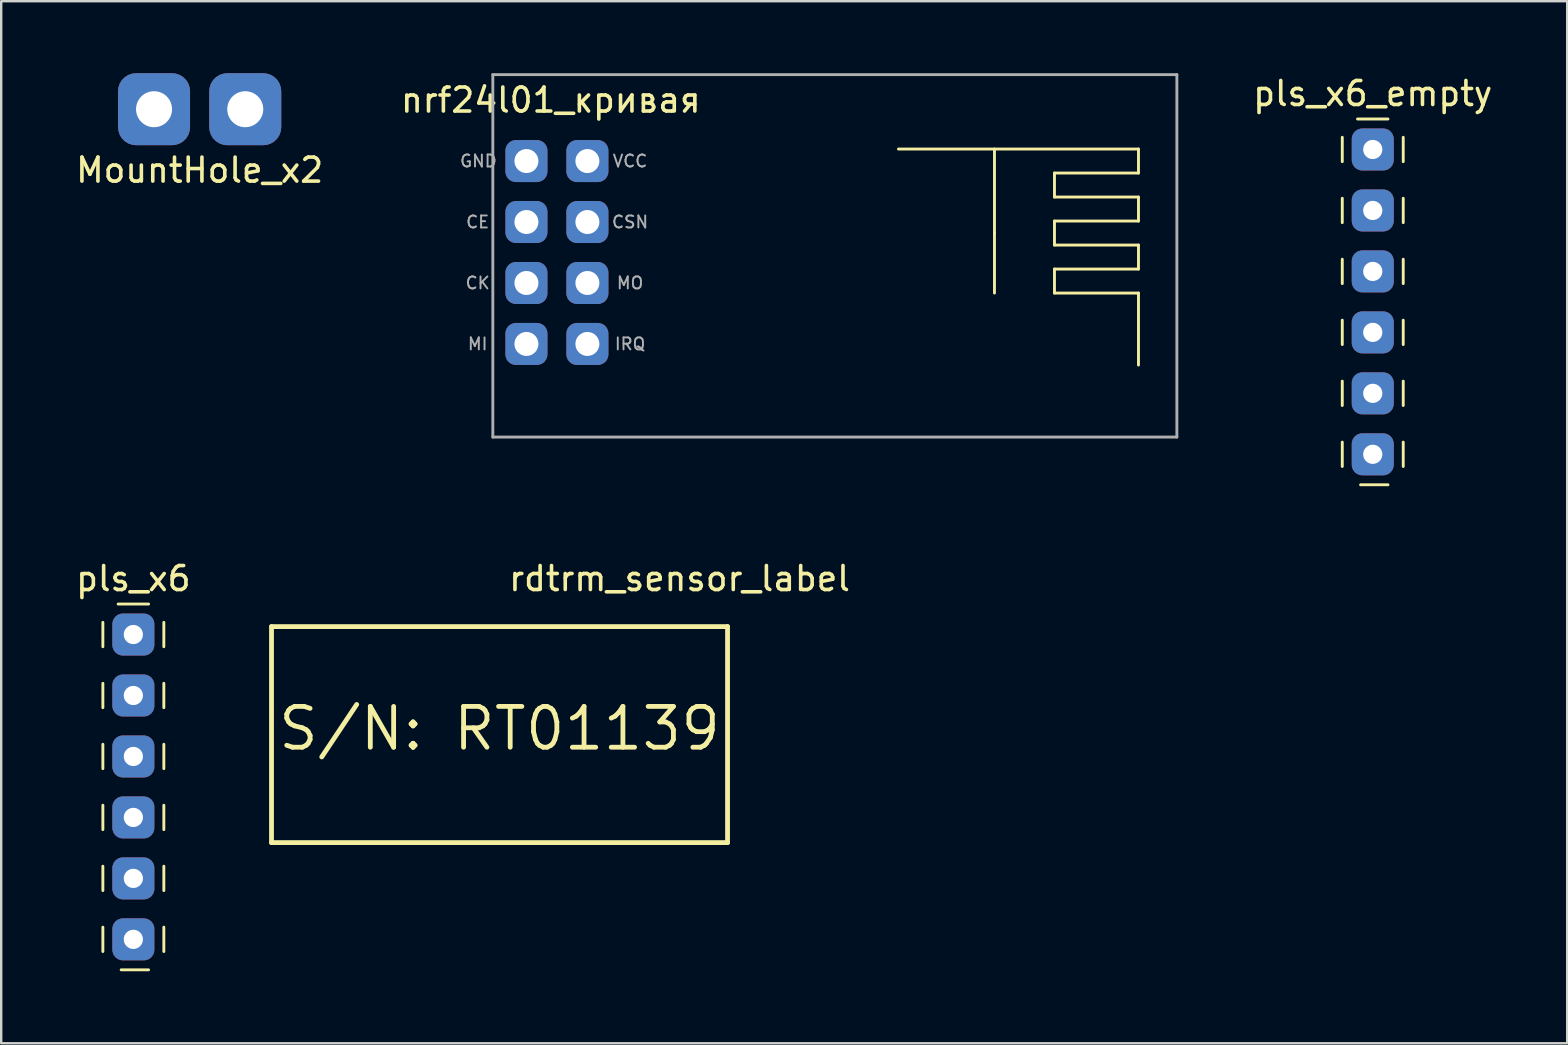
<source format=kicad_pcb>
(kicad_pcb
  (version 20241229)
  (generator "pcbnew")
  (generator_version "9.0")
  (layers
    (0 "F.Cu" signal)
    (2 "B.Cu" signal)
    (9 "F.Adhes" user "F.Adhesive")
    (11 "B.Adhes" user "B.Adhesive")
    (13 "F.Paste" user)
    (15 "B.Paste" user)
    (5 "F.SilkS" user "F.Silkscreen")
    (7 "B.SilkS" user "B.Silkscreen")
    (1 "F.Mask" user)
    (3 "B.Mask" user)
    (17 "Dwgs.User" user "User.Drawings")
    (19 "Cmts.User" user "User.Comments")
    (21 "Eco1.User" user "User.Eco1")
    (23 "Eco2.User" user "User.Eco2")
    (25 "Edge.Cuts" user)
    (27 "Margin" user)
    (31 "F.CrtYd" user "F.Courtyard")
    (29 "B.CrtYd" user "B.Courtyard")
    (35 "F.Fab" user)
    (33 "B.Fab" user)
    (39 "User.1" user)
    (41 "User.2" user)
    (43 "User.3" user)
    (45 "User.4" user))
  (footprint "pls_x6_empty"
    (layer "F.Cu")
    (at 54.144 3.178)
    (property "Reference" "pls_x6_empty" (at 0 -2.33 0) (layer "F.SilkS") (effects (font (size 1 1) (thickness 0.15))))
    (attr through_hole)
    (fp_line (start -1.27 -0.508) (end -1.27 0.508) (stroke (width 0.12) (type solid)) (layer "F.SilkS"))
    (fp_line (start -1.27 2.032) (end -1.27 3.048) (stroke (width 0.12) (type solid)) (layer "F.SilkS"))
    (fp_line (start -1.27 4.572) (end -1.27 5.588) (stroke (width 0.12) (type solid)) (layer "F.SilkS"))
    (fp_line (start -1.27 7.112) (end -1.27 8.128) (stroke (width 0.12) (type solid)) (layer "F.SilkS"))
    (fp_line (start -1.27 9.652) (end -1.27 10.668) (stroke (width 0.12) (type solid)) (layer "F.SilkS"))
    (fp_line (start -1.27 12.192) (end -1.27 13.208) (stroke (width 0.12) (type solid)) (layer "F.SilkS"))
    (fp_line (start -0.635 -1.27) (end 0.635 -1.27) (stroke (width 0.12) (type solid)) (layer "F.SilkS"))
    (fp_line (start -0.508 13.97) (end 0.635 13.97) (stroke (width 0.12) (type solid)) (layer "F.SilkS"))
    (fp_line (start 1.27 -0.508) (end 1.27 0.508) (stroke (width 0.12) (type solid)) (layer "F.SilkS"))
    (fp_line (start 1.27 2.032) (end 1.27 3.048) (stroke (width 0.12) (type solid)) (layer "F.SilkS"))
    (fp_line (start 1.27 4.572) (end 1.27 5.588) (stroke (width 0.12) (type solid)) (layer "F.SilkS"))
    (fp_line (start 1.27 7.112) (end 1.27 8.128) (stroke (width 0.12) (type solid)) (layer "F.SilkS"))
    (fp_line (start 1.27 9.652) (end 1.27 10.668) (stroke (width 0.12) (type solid)) (layer "F.SilkS"))
    (fp_line (start 1.27 12.192) (end 1.27 13.208) (stroke (width 0.12) (type solid)) (layer "F.SilkS"))
    (pad "1" thru_hole roundrect (at 0 0) (size 1.75 1.75) (drill 0.8) (layers "*.Cu" "*.Mask") (roundrect_rratio 0.25))
    (pad "2" thru_hole roundrect (at 0 2.54) (size 1.75 1.75) (drill 0.8) (layers "*.Cu" "*.Mask") (roundrect_rratio 0.25))
    (pad "3" thru_hole roundrect (at 0 5.08) (size 1.75 1.75) (drill 0.8) (layers "*.Cu" "*.Mask") (roundrect_rratio 0.25))
    (pad "4" thru_hole roundrect (at 0 7.62) (size 1.75 1.75) (drill 0.8) (layers "*.Cu" "*.Mask") (roundrect_rratio 0.25))
    (pad "5" thru_hole roundrect (at 0 10.16) (size 1.75 1.75) (drill 0.8) (layers "*.Cu" "*.Mask") (roundrect_rratio 0.25))
    (pad "6" thru_hole roundrect (at 0 12.7) (size 1.75 1.75) (drill 0.8) (layers "*.Cu" "*.Mask") (roundrect_rratio 0.25)))
  (footprint "nrf24l01_кривая"
    (layer "F.Cu")
    (at 18.883 3.66)
    (property "Reference" "nrf24l01_кривая" (at 1.016 -2.54 0) (layer "F.SilkS") (effects (font (size 1 1) (thickness 0.15))))
    (attr through_hole)
    (fp_line (start 15.5 -0.5) (end 25.5 -0.5) (stroke (width 0.12) (type solid)) (layer "F.SilkS"))
    (fp_line (start 19.5 -0.5) (end 19.5 3) (stroke (width 0.12) (type solid)) (layer "F.SilkS"))
    (fp_line (start 19.5 3) (end 19.5 5.5) (stroke (width 0.12) (type solid)) (layer "F.SilkS"))
    (fp_line (start 22 0.5) (end 22 1.5) (stroke (width 0.12) (type solid)) (layer "F.SilkS"))
    (fp_line (start 22 1.5) (end 25.5 1.5) (stroke (width 0.12) (type solid)) (layer "F.SilkS"))
    (fp_line (start 22 2.5) (end 22 3.5) (stroke (width 0.12) (type solid)) (layer "F.SilkS"))
    (fp_line (start 22 3.5) (end 25.5 3.5) (stroke (width 0.12) (type solid)) (layer "F.SilkS"))
    (fp_line (start 22 4.5) (end 22 5.5) (stroke (width 0.12) (type solid)) (layer "F.SilkS"))
    (fp_line (start 22 5.5) (end 25.5 5.5) (stroke (width 0.12) (type solid)) (layer "F.SilkS"))
    (fp_line (start 25.5 -0.5) (end 25.5 0.5) (stroke (width 0.12) (type solid)) (layer "F.SilkS"))
    (fp_line (start 25.5 0.5) (end 22 0.5) (stroke (width 0.12) (type solid)) (layer "F.SilkS"))
    (fp_line (start 25.5 1.5) (end 25.5 2.5) (stroke (width 0.12) (type solid)) (layer "F.SilkS"))
    (fp_line (start 25.5 2.5) (end 22 2.5) (stroke (width 0.12) (type solid)) (layer "F.SilkS"))
    (fp_line (start 25.5 3.5) (end 25.5 4.5) (stroke (width 0.12) (type solid)) (layer "F.SilkS"))
    (fp_line (start 25.5 4.5) (end 22 4.5) (stroke (width 0.12) (type solid)) (layer "F.SilkS"))
    (fp_line (start 25.5 5.5) (end 25.5 8.5) (stroke (width 0.12) (type solid)) (layer "F.SilkS"))
    (fp_line (start -1.4 -3.6) (end 27.1 -3.6) (stroke (width 0.12) (type solid)) (layer "F.Fab"))
    (fp_line (start -1.4 11.5) (end -1.4 -3.6) (stroke (width 0.12) (type solid)) (layer "F.Fab"))
    (fp_line (start -1.4 11.5) (end 27.1 11.5) (stroke (width 0.12) (type solid)) (layer "F.Fab"))
    (fp_line (start 27.1 -3.6) (end 27.1 11.5) (stroke (width 0.12) (type solid)) (layer "F.Fab"))
    (fp_text user "CK" (at -2.032 5.08 0) (layer "F.Fab") (effects (font (size 0.5 0.5) (thickness 0.08))))
    (fp_text user "GND" (at -2 0 0) (layer "F.Fab") (effects (font (size 0.5 0.5) (thickness 0.08))))
    (fp_text user "CE" (at -2.032 2.54 0) (layer "F.Fab") (effects (font (size 0.5 0.5) (thickness 0.08))))
    (fp_text user "MO" (at 4.318 5.08 0) (layer "F.Fab") (effects (font (size 0.5 0.5) (thickness 0.08))))
    (fp_text user "MI" (at -2.032 7.62 0) (layer "F.Fab") (effects (font (size 0.5 0.5) (thickness 0.08))))
    (fp_text user "CSN" (at 4.318 2.54 0) (layer "F.Fab") (effects (font (size 0.5 0.5) (thickness 0.08))))
    (fp_text user "VCC" (at 4.318 0 0) (layer "F.Fab") (effects (font (size 0.5 0.5) (thickness 0.08))))
    (fp_text user "IRQ" (at 4.318 7.62 0) (layer "F.Fab") (effects (font (size 0.5 0.5) (thickness 0.08))))
    (pad "1" thru_hole roundrect (at 0 0) (size 1.75 1.75) (drill 1) (layers "*.Cu" "*.Mask") (roundrect_rratio 0.25))
    (pad "2" thru_hole roundrect (at 2.54 0) (size 1.75 1.75) (drill 1) (layers "*.Cu" "*.Mask") (roundrect_rratio 0.25))
    (pad "3" thru_hole roundrect (at 0 2.54) (size 1.75 1.75) (drill 1) (layers "*.Cu" "*.Mask") (roundrect_rratio 0.25))
    (pad "4" thru_hole roundrect (at 2.54 2.54) (size 1.75 1.75) (drill 1) (layers "*.Cu" "*.Mask") (roundrect_rratio 0.25))
    (pad "5" thru_hole roundrect (at 0 5.08) (size 1.75 1.75) (drill 1) (layers "*.Cu" "*.Mask") (roundrect_rratio 0.25))
    (pad "6" thru_hole roundrect (at 2.54 5.08) (size 1.75 1.75) (drill 1) (layers "*.Cu" "*.Mask") (roundrect_rratio 0.25))
    (pad "7" thru_hole roundrect (at 0 7.62) (size 1.75 1.75) (drill 1) (layers "*.Cu" "*.Mask") (roundrect_rratio 0.25))
    (pad "8" thru_hole roundrect (at 2.54 7.62) (size 1.75 1.75) (drill 1) (layers "*.Cu" "*.Mask") (roundrect_rratio 0.25)))
  (footprint "rdtrm_sensor_label"
    (layer "F.Cu")
    (at 8.262 23.056)
    (property "Reference" "rdtrm_sensor_label" (at 17 -2 0) (layer "F.SilkS") (effects (font (size 1 1) (thickness 0.15))))
    (attr through_hole)
    (fp_line (start 0 0) (end 19 0) (stroke (width 0.2) (type solid)) (layer "F.SilkS"))
    (fp_line (start 0 9) (end 0 0) (stroke (width 0.2) (type solid)) (layer "F.SilkS"))
    (fp_line (start 19 0) (end 19 9) (stroke (width 0.2) (type solid)) (layer "F.SilkS"))
    (fp_line (start 19 9) (end 0 9) (stroke (width 0.2) (type solid)) (layer "F.SilkS"))
    (fp_text user "S/N: RT01139" (at 9.5 4.25 0) (layer "F.SilkS") (effects (font (size 1.7 1.7) (thickness 0.2)))))
  (footprint "pls_x6"
    (layer "F.Cu")
    (at 2.506 23.387)
    (property "Reference" "pls_x6" (at 0 -2.33 0) (layer "F.SilkS") (effects (font (size 1 1) (thickness 0.15))))
    (attr through_hole)
    (fp_line (start -1.27 -0.508) (end -1.27 0.508) (stroke (width 0.12) (type solid)) (layer "F.SilkS"))
    (fp_line (start -1.27 2.032) (end -1.27 3.048) (stroke (width 0.12) (type solid)) (layer "F.SilkS"))
    (fp_line (start -1.27 4.572) (end -1.27 5.588) (stroke (width 0.12) (type solid)) (layer "F.SilkS"))
    (fp_line (start -1.27 7.112) (end -1.27 8.128) (stroke (width 0.12) (type solid)) (layer "F.SilkS"))
    (fp_line (start -1.27 9.652) (end -1.27 10.668) (stroke (width 0.12) (type solid)) (layer "F.SilkS"))
    (fp_line (start -1.27 12.192) (end -1.27 13.208) (stroke (width 0.12) (type solid)) (layer "F.SilkS"))
    (fp_line (start -0.635 -1.27) (end 0.635 -1.27) (stroke (width 0.12) (type solid)) (layer "F.SilkS"))
    (fp_line (start -0.508 13.97) (end 0.635 13.97) (stroke (width 0.12) (type solid)) (layer "F.SilkS"))
    (fp_line (start 1.27 -0.508) (end 1.27 0.508) (stroke (width 0.12) (type solid)) (layer "F.SilkS"))
    (fp_line (start 1.27 2.032) (end 1.27 3.048) (stroke (width 0.12) (type solid)) (layer "F.SilkS"))
    (fp_line (start 1.27 4.572) (end 1.27 5.588) (stroke (width 0.12) (type solid)) (layer "F.SilkS"))
    (fp_line (start 1.27 7.112) (end 1.27 8.128) (stroke (width 0.12) (type solid)) (layer "F.SilkS"))
    (fp_line (start 1.27 9.652) (end 1.27 10.668) (stroke (width 0.12) (type solid)) (layer "F.SilkS"))
    (fp_line (start 1.27 12.192) (end 1.27 13.208) (stroke (width 0.12) (type solid)) (layer "F.SilkS"))
    (pad "1" thru_hole roundrect (at 0 0) (size 1.75 1.75) (drill 0.8) (layers "*.Cu" "*.Mask") (roundrect_rratio 0.25))
    (pad "2" thru_hole roundrect (at 0 2.54) (size 1.75 1.75) (drill 0.8) (layers "*.Cu" "*.Mask") (roundrect_rratio 0.25))
    (pad "3" thru_hole roundrect (at 0 5.08) (size 1.75 1.75) (drill 0.8) (layers "*.Cu" "*.Mask") (roundrect_rratio 0.25))
    (pad "4" thru_hole roundrect (at 0 7.62) (size 1.75 1.75) (drill 0.8) (layers "*.Cu" "*.Mask") (roundrect_rratio 0.25))
    (pad "5" thru_hole roundrect (at 0 10.16) (size 1.75 1.75) (drill 0.8) (layers "*.Cu" "*.Mask") (roundrect_rratio 0.25))
    (pad "6" thru_hole roundrect (at 0 12.7) (size 1.75 1.75) (drill 0.8) (layers "*.Cu" "*.Mask") (roundrect_rratio 0.25)))
  (footprint "MountHole_x2"
    (layer "F.Cu")
    (at 5.268 1.5)
    (property "Reference" "MountHole_x2" (at 0 2.54 0) (layer "F.SilkS") (effects (font (size 1 1) (thickness 0.15))))
    (attr through_hole)
    (pad "1" thru_hole roundrect (at -1.9 0) (size 3 3) (drill 1.5) (layers "*.Cu" "*.Mask") (roundrect_rratio 0.25))
    (pad "2" thru_hole roundrect (at 1.9 0) (size 3 3) (drill 1.5) (layers "*.Cu" "*.Mask") (roundrect_rratio 0.25)))
  (gr_rect
    (start -3 -3)
    (end 62.245 40.416)
    (stroke (width 0.1) (type default))
    (fill no)
    (layer "Edge.Cuts")))
</source>
